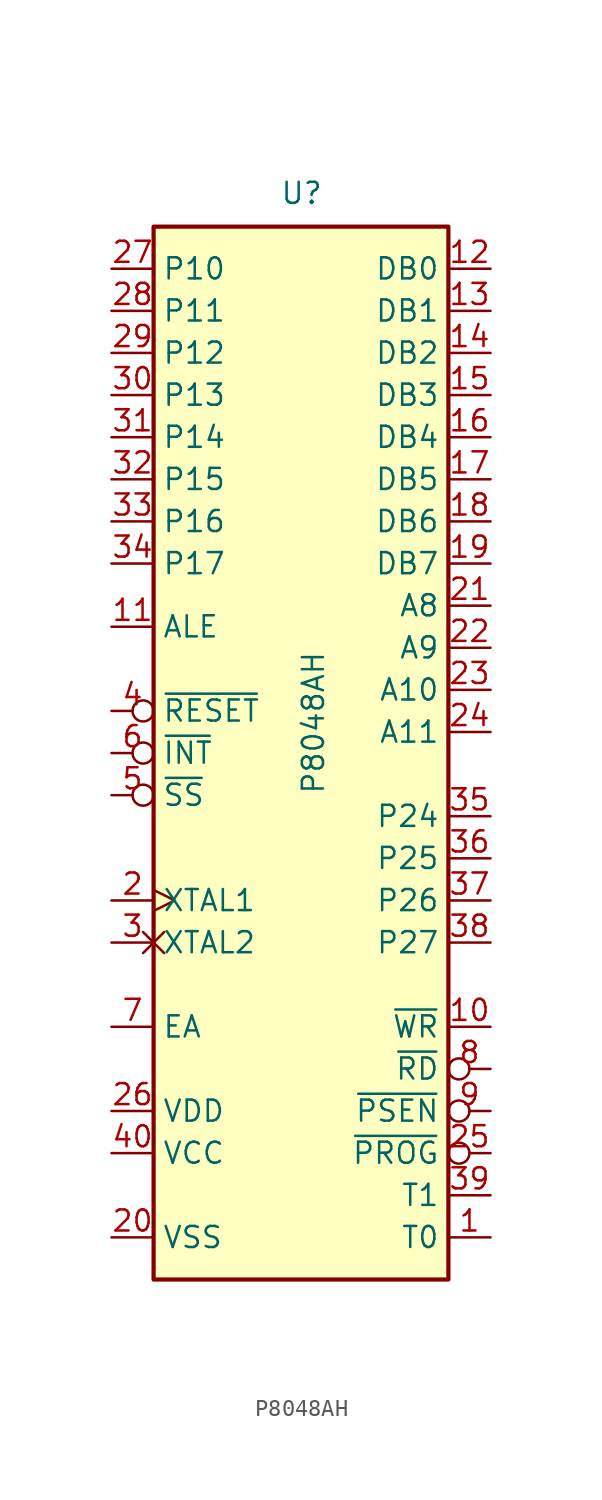
<source format=kicad_sym>
(kicad_symbol_lib
  (version 20231120)
  (generator "kicad_symbol_editor")
  (generator_version "8.0")
  (symbol "P8048AH"
    (property "Reference" "U"
      (at -1.27 31.75 0)
      (effects (font (size 1.27 1.27)) (justify left bottom)))
    (property "Value" "P8048AH"
      (at 0 -3.81 90)
      (effects (font (size 1.27 1.27)) (justify left top)))
    (symbol "P8048AH_0_1"
      (rectangle (start -8.89 -33.02) (end 8.89 30.48) (stroke (width 0.254) (type default)) (fill (type background))))
    (symbol "P8048AH_1_1"
      (pin output line (at 11.43 -30.48 180) (length 2.54) (name "T0" (effects (font (size 1.27 1.27)))) (number "1" (effects (font (size 1.27 1.27)))))
      (pin output line (at 11.43 -17.78 180) (length 2.54) (name "~{WR}" (effects (font (size 1.27 1.27)))) (number "10" (effects (font (size 1.27 1.27)))))
      (pin output line (at -11.43 6.35 0) (length 2.54) (name "ALE" (effects (font (size 1.27 1.27)))) (number "11" (effects (font (size 1.27 1.27)))))
      (pin bidirectional line (at 11.43 27.94 180) (length 2.54) (name "DB0" (effects (font (size 1.27 1.27)))) (number "12" (effects (font (size 1.27 1.27)))))
      (pin bidirectional line (at 11.43 25.4 180) (length 2.54) (name "DB1" (effects (font (size 1.27 1.27)))) (number "13" (effects (font (size 1.27 1.27)))))
      (pin bidirectional line (at 11.43 22.86 180) (length 2.54) (name "DB2" (effects (font (size 1.27 1.27)))) (number "14" (effects (font (size 1.27 1.27)))))
      (pin bidirectional line (at 11.43 20.32 180) (length 2.54) (name "DB3" (effects (font (size 1.27 1.27)))) (number "15" (effects (font (size 1.27 1.27)))))
      (pin bidirectional line (at 11.43 17.78 180) (length 2.54) (name "DB4" (effects (font (size 1.27 1.27)))) (number "16" (effects (font (size 1.27 1.27)))))
      (pin bidirectional line (at 11.43 15.24 180) (length 2.54) (name "DB5" (effects (font (size 1.27 1.27)))) (number "17" (effects (font (size 1.27 1.27)))))
      (pin bidirectional line (at 11.43 12.7 180) (length 2.54) (name "DB6" (effects (font (size 1.27 1.27)))) (number "18" (effects (font (size 1.27 1.27)))))
      (pin bidirectional line (at 11.43 10.16 180) (length 2.54) (name "DB7" (effects (font (size 1.27 1.27)))) (number "19" (effects (font (size 1.27 1.27)))))
      (pin input clock (at -11.43 -10.16 0) (length 2.54) (name "XTAL1" (effects (font (size 1.27 1.27)))) (number "2" (effects (font (size 1.27 1.27)))))
      (pin power_in line (at -11.43 -30.48 0) (length 2.54) (name "VSS" (effects (font (size 1.27 1.27)))) (number "20" (effects (font (size 1.27 1.27)))))
      (pin output line (at 11.43 7.62 180) (length 2.54) (name "A8" (effects (font (size 1.27 1.27)))) (number "21" (effects (font (size 1.27 1.27)))))
      (pin output line (at 11.43 5.08 180) (length 2.54) (name "A9" (effects (font (size 1.27 1.27)))) (number "22" (effects (font (size 1.27 1.27)))))
      (pin output line (at 11.43 2.54 180) (length 2.54) (name "A10" (effects (font (size 1.27 1.27)))) (number "23" (effects (font (size 1.27 1.27)))))
      (pin output line (at 11.43 0 180) (length 2.54) (name "A11" (effects (font (size 1.27 1.27)))) (number "24" (effects (font (size 1.27 1.27)))))
      (pin output inverted (at 11.43 -25.4 180) (length 2.54) (name "~{PROG}" (effects (font (size 1.27 1.27)))) (number "25" (effects (font (size 1.27 1.27)))))
      (pin power_in line (at -11.43 -22.86 0) (length 2.54) (name "VDD" (effects (font (size 1.27 1.27)))) (number "26" (effects (font (size 1.27 1.27)))))
      (pin bidirectional line (at -11.43 27.94 0) (length 2.54) (name "P10" (effects (font (size 1.27 1.27)))) (number "27" (effects (font (size 1.27 1.27)))))
      (pin bidirectional line (at -11.43 25.4 0) (length 2.54) (name "P11" (effects (font (size 1.27 1.27)))) (number "28" (effects (font (size 1.27 1.27)))))
      (pin bidirectional line (at -11.43 22.86 0) (length 2.54) (name "P12" (effects (font (size 1.27 1.27)))) (number "29" (effects (font (size 1.27 1.27)))))
      (pin input non_logic (at -11.43 -12.7 0) (length 2.54) (name "XTAL2" (effects (font (size 1.27 1.27)))) (number "3" (effects (font (size 1.27 1.27)))))
      (pin bidirectional line (at -11.43 20.32 0) (length 2.54) (name "P13" (effects (font (size 1.27 1.27)))) (number "30" (effects (font (size 1.27 1.27)))))
      (pin bidirectional line (at -11.43 17.78 0) (length 2.54) (name "P14" (effects (font (size 1.27 1.27)))) (number "31" (effects (font (size 1.27 1.27)))))
      (pin bidirectional line (at -11.43 15.24 0) (length 2.54) (name "P15" (effects (font (size 1.27 1.27)))) (number "32" (effects (font (size 1.27 1.27)))))
      (pin bidirectional line (at -11.43 12.7 0) (length 2.54) (name "P16" (effects (font (size 1.27 1.27)))) (number "33" (effects (font (size 1.27 1.27)))))
      (pin bidirectional line (at -11.43 10.16 0) (length 2.54) (name "P17" (effects (font (size 1.27 1.27)))) (number "34" (effects (font (size 1.27 1.27)))))
      (pin bidirectional line (at 11.43 -5.08 180) (length 2.54) (name "P24" (effects (font (size 1.27 1.27)))) (number "35" (effects (font (size 1.27 1.27)))))
      (pin bidirectional line (at 11.43 -7.62 180) (length 2.54) (name "P25" (effects (font (size 1.27 1.27)))) (number "36" (effects (font (size 1.27 1.27)))))
      (pin bidirectional line (at 11.43 -10.16 180) (length 2.54) (name "P26" (effects (font (size 1.27 1.27)))) (number "37" (effects (font (size 1.27 1.27)))))
      (pin bidirectional line (at 11.43 -12.7 180) (length 2.54) (name "P27" (effects (font (size 1.27 1.27)))) (number "38" (effects (font (size 1.27 1.27)))))
      (pin output line (at 11.43 -27.94 180) (length 2.54) (name "T1" (effects (font (size 1.27 1.27)))) (number "39" (effects (font (size 1.27 1.27)))))
      (pin input inverted (at -11.43 1.27 0) (length 2.54) (name "~{RESET}" (effects (font (size 1.27 1.27)))) (number "4" (effects (font (size 1.27 1.27)))))
      (pin power_in line (at -11.43 -25.4 0) (length 2.54) (name "VCC" (effects (font (size 1.27 1.27)))) (number "40" (effects (font (size 1.27 1.27)))))
      (pin input inverted (at -11.43 -3.81 0) (length 2.54) (name "~{SS}" (effects (font (size 1.27 1.27)))) (number "5" (effects (font (size 1.27 1.27)))))
      (pin input inverted (at -11.43 -1.27 0) (length 2.54) (name "~{INT}" (effects (font (size 1.27 1.27)))) (number "6" (effects (font (size 1.27 1.27)))))
      (pin input line (at -11.43 -17.78 0) (length 2.54) (name "EA" (effects (font (size 1.27 1.27)))) (number "7" (effects (font (size 1.27 1.27)))))
      (pin output inverted (at 11.43 -20.32 180) (length 2.54) (name "~{RD}" (effects (font (size 1.27 1.27)))) (number "8" (effects (font (size 1.27 1.27)))))
      (pin output inverted (at 11.43 -22.86 180) (length 2.54) (name "~{PSEN}" (effects (font (size 1.27 1.27)))) (number "9" (effects (font (size 1.27 1.27))))))))
</source>
